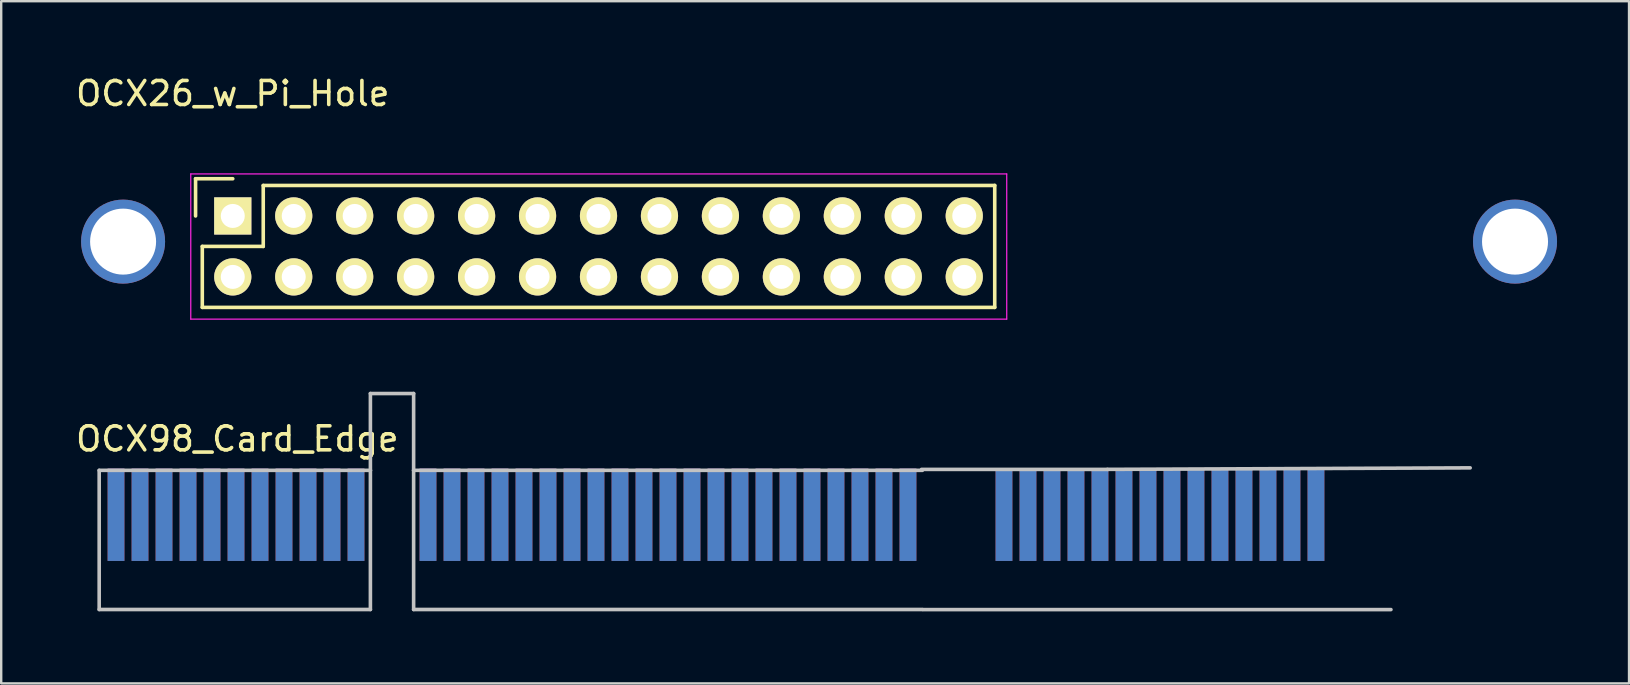
<source format=kicad_pcb>
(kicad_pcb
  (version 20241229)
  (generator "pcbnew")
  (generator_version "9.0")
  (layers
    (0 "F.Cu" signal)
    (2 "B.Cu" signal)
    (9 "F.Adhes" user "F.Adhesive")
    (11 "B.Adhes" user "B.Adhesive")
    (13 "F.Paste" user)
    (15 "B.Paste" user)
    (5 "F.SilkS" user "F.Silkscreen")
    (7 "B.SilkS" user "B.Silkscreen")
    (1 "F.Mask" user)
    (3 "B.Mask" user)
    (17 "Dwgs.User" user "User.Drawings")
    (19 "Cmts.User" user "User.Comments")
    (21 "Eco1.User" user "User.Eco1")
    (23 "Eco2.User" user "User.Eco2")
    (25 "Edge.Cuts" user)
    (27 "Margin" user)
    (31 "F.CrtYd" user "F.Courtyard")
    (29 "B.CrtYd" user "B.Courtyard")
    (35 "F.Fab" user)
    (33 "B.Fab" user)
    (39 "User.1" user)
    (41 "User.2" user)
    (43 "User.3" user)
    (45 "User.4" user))
  (footprint "OCX98_Card_Edge"
    (layer "F.Cu")
    (at 1.784 19.048)
    (property "Reference" "OCX98_Card_Edge" (at 5.055 -3.81 0) (layer "F.SilkS") (effects (font (size 1 1) (thickness 0.15))))
    (attr through_hole)
    (fp_line (start -0.701 -2.499) (end 10.6 -2.499) (stroke (width 0.15) (type solid)) (layer "Dwgs.User"))
    (fp_line (start -0.701 3.299) (end -0.701 -2.499) (stroke (width 0.15) (type solid)) (layer "Dwgs.User"))
    (fp_line (start 10.6 -5.7) (end 12.401 -5.7) (stroke (width 0.15) (type solid)) (layer "Dwgs.User"))
    (fp_line (start 10.6 -2.499) (end 10.6 -5.7) (stroke (width 0.15) (type solid)) (layer "Dwgs.User"))
    (fp_line (start 10.6 -2.499) (end 10.6 3.299) (stroke (width 0.15) (type solid)) (layer "Dwgs.User"))
    (fp_line (start 10.6 3.299) (end -0.701 3.299) (stroke (width 0.15) (type solid)) (layer "Dwgs.User"))
    (fp_line (start 12.401 -5.7) (end 12.401 -2.499) (stroke (width 0.15) (type solid)) (layer "Dwgs.User"))
    (fp_line (start 12.401 -2.499) (end 12.401 3.299) (stroke (width 0.15) (type solid)) (layer "Dwgs.User"))
    (fp_line (start 12.401 3.299) (end 33.6 3.299) (stroke (width 0.15) (type solid)) (layer "Dwgs.User"))
    (fp_line (start 33.566 -2.54) (end 41.313 -2.54) (stroke (width 0.15) (type solid)) (layer "Dwgs.User"))
    (fp_line (start 33.6 -2.499) (end 12.401 -2.499) (stroke (width 0.15) (type solid)) (layer "Dwgs.User"))
    (fp_line (start 33.63 3.302) (end 53.124 3.302) (stroke (width 0.15) (type solid)) (layer "Dwgs.User"))
    (fp_line (start 41.313 -2.54) (end 56.426 -2.603) (stroke (width 0.15) (type solid)) (layer "Dwgs.User"))
    (pad "A01" connect rect (at 0 0) (size 0.7 3.85) (drill (offset 0 -0.65)) (layers "B.Cu" "B.Mask"))
    (pad "A02" connect rect (at 1 0) (size 0.7 3.85) (drill (offset 0 -0.65)) (layers "B.Cu" "B.Mask"))
    (pad "A03" connect rect (at 2 0) (size 0.7 3.85) (drill (offset 0 -0.65)) (layers "B.Cu" "B.Mask"))
    (pad "A04" connect rect (at 3 0) (size 0.7 3.85) (drill (offset 0 -0.65)) (layers "B.Cu" "B.Mask"))
    (pad "A05" connect rect (at 4 0) (size 0.7 3.85) (drill (offset 0 -0.65)) (layers "B.Cu" "B.Mask"))
    (pad "A06" connect rect (at 5 0) (size 0.7 3.85) (drill (offset 0 -0.65)) (layers "B.Cu" "B.Mask"))
    (pad "A07" connect rect (at 6 0) (size 0.7 3.85) (drill (offset 0 -0.65)) (layers "B.Cu" "B.Mask"))
    (pad "A08" connect rect (at 7 0) (size 0.7 3.85) (drill (offset 0 -0.65)) (layers "B.Cu" "B.Mask"))
    (pad "A09" connect rect (at 8 0) (size 0.7 3.85) (drill (offset 0 -0.65)) (layers "B.Cu" "B.Mask"))
    (pad "A10" connect rect (at 9 0) (size 0.7 3.85) (drill (offset 0 -0.65)) (layers "B.Cu" "B.Mask"))
    (pad "A11" connect rect (at 10 0) (size 0.7 3.85) (drill (offset 0 -0.65)) (layers "B.Cu" "B.Mask"))
    (pad "A12" connect rect (at 13 0) (size 0.7 3.85) (drill (offset 0 -0.65)) (layers "B.Cu" "B.Mask"))
    (pad "A13" connect rect (at 14 0) (size 0.7 3.85) (drill (offset 0 -0.65)) (layers "B.Cu" "B.Mask"))
    (pad "A14" connect rect (at 15 0) (size 0.7 3.85) (drill (offset 0 -0.65)) (layers "B.Cu" "B.Mask"))
    (pad "A15" connect rect (at 16 0) (size 0.7 3.85) (drill (offset 0 -0.65)) (layers "B.Cu" "B.Mask"))
    (pad "A16" connect rect (at 17 0) (size 0.7 3.85) (drill (offset 0 -0.65)) (layers "B.Cu" "B.Mask"))
    (pad "A17" connect rect (at 18 0) (size 0.7 3.85) (drill (offset 0 -0.65)) (layers "B.Cu" "B.Mask"))
    (pad "A18" connect rect (at 19 0) (size 0.7 3.85) (drill (offset 0 -0.65)) (layers "B.Cu" "B.Mask"))
    (pad "A19" connect rect (at 20 0) (size 0.7 3.85) (drill (offset 0 -0.65)) (layers "B.Cu" "B.Mask"))
    (pad "A20" connect rect (at 21 0) (size 0.7 3.85) (drill (offset 0 -0.65)) (layers "B.Cu" "B.Mask"))
    (pad "A21" connect rect (at 22 0) (size 0.7 3.85) (drill (offset 0 -0.65)) (layers "B.Cu" "B.Mask"))
    (pad "A22" connect rect (at 23 0) (size 0.7 3.85) (drill (offset 0 -0.65)) (layers "B.Cu" "B.Mask"))
    (pad "A23" connect rect (at 24 0) (size 0.7 3.85) (drill (offset 0 -0.65)) (layers "B.Cu" "B.Mask"))
    (pad "A24" connect rect (at 25 0) (size 0.7 3.85) (drill (offset 0 -0.65)) (layers "B.Cu" "B.Mask"))
    (pad "A25" connect rect (at 26 0) (size 0.7 3.85) (drill (offset 0 -0.65)) (layers "B.Cu" "B.Mask"))
    (pad "A26" connect rect (at 27 0) (size 0.7 3.85) (drill (offset 0 -0.65)) (layers "B.Cu" "B.Mask"))
    (pad "A27" connect rect (at 28 0) (size 0.7 3.85) (drill (offset 0 -0.65)) (layers "B.Cu" "B.Mask"))
    (pad "A28" connect rect (at 29 0) (size 0.7 3.85) (drill (offset 0 -0.65)) (layers "B.Cu" "B.Mask"))
    (pad "A29" connect rect (at 30 0) (size 0.7 3.85) (drill (offset 0 -0.65)) (layers "B.Cu" "B.Mask"))
    (pad "A30" connect rect (at 31 0) (size 0.7 3.85) (drill (offset 0 -0.65)) (layers "B.Cu" "B.Mask"))
    (pad "A31" connect rect (at 32 0) (size 0.7 3.85) (drill (offset 0 -0.65)) (layers "B.Cu" "B.Mask"))
    (pad "A32" connect rect (at 33 0) (size 0.7 3.85) (drill (offset 0 -0.65)) (layers "B.Cu" "B.Mask"))
    (pad "A36" connect rect (at 37 0) (size 0.7 3.85) (drill (offset 0 -0.65)) (layers "B.Cu" "B.Mask"))
    (pad "A37" connect rect (at 38 0) (size 0.7 3.85) (drill (offset 0 -0.65)) (layers "B.Cu" "B.Mask"))
    (pad "A38" connect rect (at 39 0) (size 0.7 3.85) (drill (offset 0 -0.65)) (layers "B.Cu" "B.Mask"))
    (pad "A39" connect rect (at 40 0) (size 0.7 3.85) (drill (offset 0 -0.65)) (layers "B.Cu" "B.Mask"))
    (pad "A40" connect rect (at 41 0) (size 0.7 3.85) (drill (offset 0 -0.65)) (layers "B.Cu" "B.Mask"))
    (pad "A41" connect rect (at 42 0) (size 0.7 3.85) (drill (offset 0 -0.65)) (layers "B.Cu" "B.Mask"))
    (pad "A42" connect rect (at 43 0) (size 0.7 3.85) (drill (offset 0 -0.65)) (layers "B.Cu" "B.Mask"))
    (pad "A43" connect rect (at 44 0) (size 0.7 3.85) (drill (offset 0 -0.65)) (layers "B.Cu" "B.Mask"))
    (pad "A44" connect rect (at 45 0) (size 0.7 3.85) (drill (offset 0 -0.65)) (layers "B.Cu" "B.Mask"))
    (pad "A45" connect rect (at 46 0) (size 0.7 3.85) (drill (offset 0 -0.65)) (layers "B.Cu" "B.Mask"))
    (pad "A46" connect rect (at 47 0) (size 0.7 3.85) (drill (offset 0 -0.65)) (layers "B.Cu" "B.Mask"))
    (pad "A47" connect rect (at 48 0) (size 0.7 3.85) (drill (offset 0 -0.65)) (layers "B.Cu" "B.Mask"))
    (pad "A48" connect rect (at 49 0) (size 0.7 3.85) (drill (offset 0 -0.65)) (layers "B.Cu" "B.Mask"))
    (pad "A49" connect rect (at 50 0) (size 0.7 3.85) (drill (offset 0 -0.65)) (layers "B.Cu" "B.Mask"))
    (pad "B01" connect rect (at 0 0) (size 0.7 3.85) (drill (offset 0 -0.65)) (layers "F.Cu" "F.Mask"))
    (pad "B02" connect rect (at 1 0) (size 0.7 3.85) (drill (offset 0 -0.65)) (layers "F.Cu" "F.Mask"))
    (pad "B03" connect rect (at 2 0) (size 0.7 3.85) (drill (offset 0 -0.65)) (layers "F.Cu" "F.Mask"))
    (pad "B04" connect rect (at 3 0) (size 0.7 3.85) (drill (offset 0 -0.65)) (layers "F.Cu" "F.Mask"))
    (pad "B05" connect rect (at 4 0) (size 0.7 3.85) (drill (offset 0 -0.65)) (layers "F.Cu" "F.Mask"))
    (pad "B06" connect rect (at 5 0) (size 0.7 3.85) (drill (offset 0 -0.65)) (layers "F.Cu" "F.Mask"))
    (pad "B07" connect rect (at 6 0) (size 0.7 3.85) (drill (offset 0 -0.65)) (layers "F.Cu" "F.Mask"))
    (pad "B08" connect rect (at 7 0) (size 0.7 3.85) (drill (offset 0 -0.65)) (layers "F.Cu" "F.Mask"))
    (pad "B09" connect rect (at 8 0) (size 0.7 3.85) (drill (offset 0 -0.65)) (layers "F.Cu" "F.Mask"))
    (pad "B10" connect rect (at 9 0) (size 0.7 3.85) (drill (offset 0 -0.65)) (layers "F.Cu" "F.Mask"))
    (pad "B11" connect rect (at 10 0) (size 0.7 3.85) (drill (offset 0 -0.65)) (layers "F.Cu" "F.Mask"))
    (pad "B12" connect rect (at 13 0) (size 0.7 3.85) (drill (offset 0 -0.65)) (layers "F.Cu" "F.Mask"))
    (pad "B13" connect rect (at 14 0) (size 0.7 3.85) (drill (offset 0 -0.65)) (layers "F.Cu" "F.Mask"))
    (pad "B14" connect rect (at 15 0) (size 0.7 3.85) (drill (offset 0 -0.65)) (layers "F.Cu" "F.Mask"))
    (pad "B15" connect rect (at 16 0) (size 0.7 3.85) (drill (offset 0 -0.65)) (layers "F.Cu" "F.Mask"))
    (pad "B16" connect rect (at 17 0) (size 0.7 3.85) (drill (offset 0 -0.65)) (layers "F.Cu" "F.Mask"))
    (pad "B17" connect rect (at 18 0) (size 0.7 3.85) (drill (offset 0 -0.65)) (layers "F.Cu" "F.Mask"))
    (pad "B18" connect rect (at 19 0) (size 0.7 3.85) (drill (offset 0 -0.65)) (layers "F.Cu" "F.Mask"))
    (pad "B19" connect rect (at 20 0) (size 0.7 3.85) (drill (offset 0 -0.65)) (layers "F.Cu" "F.Mask"))
    (pad "B20" connect rect (at 21 0) (size 0.7 3.85) (drill (offset 0 -0.65)) (layers "F.Cu" "F.Mask"))
    (pad "B21" connect rect (at 22 0) (size 0.7 3.85) (drill (offset 0 -0.65)) (layers "F.Cu" "F.Mask"))
    (pad "B22" connect rect (at 23 0) (size 0.7 3.85) (drill (offset 0 -0.65)) (layers "F.Cu" "F.Mask"))
    (pad "B23" connect rect (at 24 0) (size 0.7 3.85) (drill (offset 0 -0.65)) (layers "F.Cu" "F.Mask"))
    (pad "B24" connect rect (at 25 0) (size 0.7 3.85) (drill (offset 0 -0.65)) (layers "F.Cu" "F.Mask"))
    (pad "B25" connect rect (at 26 0) (size 0.7 3.85) (drill (offset 0 -0.65)) (layers "F.Cu" "F.Mask"))
    (pad "B26" connect rect (at 27 0) (size 0.7 3.85) (drill (offset 0 -0.65)) (layers "F.Cu" "F.Mask"))
    (pad "B27" connect rect (at 28 0) (size 0.7 3.85) (drill (offset 0 -0.65)) (layers "F.Cu" "F.Mask"))
    (pad "B28" connect rect (at 29 0) (size 0.7 3.85) (drill (offset 0 -0.65)) (layers "F.Cu" "F.Mask"))
    (pad "B29" connect rect (at 30 0) (size 0.7 3.85) (drill (offset 0 -0.65)) (layers "F.Cu" "F.Mask"))
    (pad "B30" connect rect (at 31 0) (size 0.7 3.85) (drill (offset 0 -0.65)) (layers "F.Cu" "F.Mask"))
    (pad "B31" connect rect (at 32 0) (size 0.7 3.85) (drill (offset 0 -0.65)) (layers "F.Cu" "F.Mask"))
    (pad "B32" connect rect (at 33 0) (size 0.7 3.85) (drill (offset 0 -0.65)) (layers "F.Cu" "F.Mask"))
    (pad "B36" connect rect (at 37 0) (size 0.7 3.85) (drill (offset 0 -0.65)) (layers "F.Cu" "F.Mask"))
    (pad "B37" connect rect (at 38 0) (size 0.7 3.85) (drill (offset 0 -0.65)) (layers "F.Cu" "F.Mask"))
    (pad "B38" connect rect (at 39 0) (size 0.7 3.85) (drill (offset 0 -0.65)) (layers "F.Cu" "F.Mask"))
    (pad "B39" connect rect (at 40 0) (size 0.7 3.85) (drill (offset 0 -0.65)) (layers "F.Cu" "F.Mask"))
    (pad "B40" connect rect (at 41 0) (size 0.7 3.85) (drill (offset 0 -0.65)) (layers "F.Cu" "F.Mask"))
    (pad "B41" connect rect (at 42 0) (size 0.7 3.85) (drill (offset 0 -0.65)) (layers "F.Cu" "F.Mask"))
    (pad "B42" connect rect (at 43 0) (size 0.7 3.85) (drill (offset 0 -0.65)) (layers "F.Cu" "F.Mask"))
    (pad "B43" connect rect (at 44 0) (size 0.7 3.85) (drill (offset 0 -0.65)) (layers "F.Cu" "F.Mask"))
    (pad "B44" connect rect (at 45 0) (size 0.7 3.85) (drill (offset 0 -0.65)) (layers "F.Cu" "F.Mask"))
    (pad "B45" connect rect (at 46 0) (size 0.7 3.85) (drill (offset 0 -0.65)) (layers "F.Cu" "F.Mask"))
    (pad "B46" connect rect (at 47 0) (size 0.7 3.85) (drill (offset 0 -0.65)) (layers "F.Cu" "F.Mask"))
    (pad "B47" connect rect (at 48 0) (size 0.7 3.85) (drill (offset 0 -0.65)) (layers "F.Cu" "F.Mask"))
    (pad "B48" connect rect (at 49 0) (size 0.7 3.85) (drill (offset 0 -0.65)) (layers "F.Cu" "F.Mask"))
    (pad "B49" connect rect (at 50 0) (size 0.7 3.85) (drill (offset 0 -0.65)) (layers "F.Cu" "F.Mask")))
  (footprint "OCX26_w_Pi_Hole"
    (layer "F.Cu")
    (at 6.649 5.948)
    (property "Reference" "OCX26_w_Pi_Hole" (at 0 -5.1 0) (layer "F.SilkS") (effects (font (size 1 1) (thickness 0.15))))
    (attr through_hole)
    (fp_line (start -1.55 -1.55) (end -1.55 0) (stroke (width 0.15) (type solid)) (layer "F.SilkS"))
    (fp_line (start -1.27 1.27) (end 1.27 1.27) (stroke (width 0.15) (type solid)) (layer "F.SilkS"))
    (fp_line (start -1.27 3.81) (end -1.27 1.27) (stroke (width 0.15) (type solid)) (layer "F.SilkS"))
    (fp_line (start -1.27 3.81) (end 31.75 3.81) (stroke (width 0.15) (type solid)) (layer "F.SilkS"))
    (fp_line (start 0 -1.55) (end -1.55 -1.55) (stroke (width 0.15) (type solid)) (layer "F.SilkS"))
    (fp_line (start 1.27 -1.27) (end 31.75 -1.27) (stroke (width 0.15) (type solid)) (layer "F.SilkS"))
    (fp_line (start 1.27 1.27) (end 1.27 -1.27) (stroke (width 0.15) (type solid)) (layer "F.SilkS"))
    (fp_line (start 31.75 3.81) (end 31.75 -1.27) (stroke (width 0.15) (type solid)) (layer "F.SilkS"))
    (fp_line (start -1.75 -1.75) (end -1.75 4.3) (stroke (width 0.05) (type solid)) (layer "F.CrtYd"))
    (fp_line (start -1.75 -1.75) (end 32.25 -1.75) (stroke (width 0.05) (type solid)) (layer "F.CrtYd"))
    (fp_line (start -1.75 4.3) (end 32.25 4.3) (stroke (width 0.05) (type solid)) (layer "F.CrtYd"))
    (fp_line (start 32.25 -1.75) (end 32.25 4.3) (stroke (width 0.05) (type solid)) (layer "F.CrtYd"))
    (pad "" np_thru_hole circle (at -4.57 1.07) (size 3.5 3.5) (drill 2.75) (layers "*.Cu" "*.Mask"))
    (pad "" np_thru_hole circle (at 53.43 1.07) (size 3.5 3.5) (drill 2.75) (layers "*.Cu" "*.Mask"))
    (pad "1" thru_hole rect (at 0 0) (size 1.55 1.55) (drill 1) (layers "*.Cu" "*.Mask" "F.SilkS"))
    (pad "2" thru_hole oval (at 0 2.54) (size 1.55 1.55) (drill 1) (layers "*.Cu" "*.Mask" "F.SilkS"))
    (pad "3" thru_hole oval (at 2.54 0) (size 1.55 1.55) (drill 1) (layers "*.Cu" "*.Mask" "F.SilkS"))
    (pad "4" thru_hole oval (at 2.54 2.54) (size 1.55 1.55) (drill 1) (layers "*.Cu" "*.Mask" "F.SilkS"))
    (pad "5" thru_hole oval (at 5.08 0) (size 1.55 1.55) (drill 1) (layers "*.Cu" "*.Mask" "F.SilkS"))
    (pad "6" thru_hole oval (at 5.08 2.54) (size 1.55 1.55) (drill 1) (layers "*.Cu" "*.Mask" "F.SilkS"))
    (pad "7" thru_hole oval (at 7.62 0) (size 1.55 1.55) (drill 1) (layers "*.Cu" "*.Mask" "F.SilkS"))
    (pad "8" thru_hole oval (at 7.62 2.54) (size 1.55 1.55) (drill 1) (layers "*.Cu" "*.Mask" "F.SilkS"))
    (pad "9" thru_hole oval (at 10.16 0) (size 1.55 1.55) (drill 1) (layers "*.Cu" "*.Mask" "F.SilkS"))
    (pad "10" thru_hole oval (at 10.16 2.54) (size 1.55 1.55) (drill 1) (layers "*.Cu" "*.Mask" "F.SilkS"))
    (pad "11" thru_hole oval (at 12.7 0) (size 1.55 1.55) (drill 1) (layers "*.Cu" "*.Mask" "F.SilkS"))
    (pad "12" thru_hole oval (at 12.7 2.54) (size 1.55 1.55) (drill 1) (layers "*.Cu" "*.Mask" "F.SilkS"))
    (pad "13" thru_hole oval (at 15.24 0) (size 1.55 1.55) (drill 1) (layers "*.Cu" "*.Mask" "F.SilkS"))
    (pad "14" thru_hole oval (at 15.24 2.54) (size 1.55 1.55) (drill 1) (layers "*.Cu" "*.Mask" "F.SilkS"))
    (pad "15" thru_hole oval (at 17.78 0) (size 1.55 1.55) (drill 1) (layers "*.Cu" "*.Mask" "F.SilkS"))
    (pad "16" thru_hole oval (at 17.78 2.54) (size 1.55 1.55) (drill 1) (layers "*.Cu" "*.Mask" "F.SilkS"))
    (pad "17" thru_hole oval (at 20.32 0) (size 1.55 1.55) (drill 1) (layers "*.Cu" "*.Mask" "F.SilkS"))
    (pad "18" thru_hole oval (at 20.32 2.54) (size 1.55 1.55) (drill 1) (layers "*.Cu" "*.Mask" "F.SilkS"))
    (pad "19" thru_hole oval (at 22.86 0) (size 1.55 1.55) (drill 1) (layers "*.Cu" "*.Mask" "F.SilkS"))
    (pad "20" thru_hole oval (at 22.86 2.54) (size 1.55 1.55) (drill 1) (layers "*.Cu" "*.Mask" "F.SilkS"))
    (pad "21" thru_hole oval (at 25.4 0) (size 1.55 1.55) (drill 1) (layers "*.Cu" "*.Mask" "F.SilkS"))
    (pad "22" thru_hole oval (at 25.4 2.54) (size 1.55 1.55) (drill 1) (layers "*.Cu" "*.Mask" "F.SilkS"))
    (pad "23" thru_hole oval (at 27.94 0) (size 1.55 1.55) (drill 1) (layers "*.Cu" "*.Mask" "F.SilkS"))
    (pad "24" thru_hole oval (at 27.94 2.54) (size 1.55 1.55) (drill 1) (layers "*.Cu" "*.Mask" "F.SilkS"))
    (pad "25" thru_hole oval (at 30.48 0) (size 1.55 1.55) (drill 1) (layers "*.Cu" "*.Mask" "F.SilkS"))
    (pad "26" thru_hole oval (at 30.48 2.54) (size 1.55 1.55) (drill 1) (layers "*.Cu" "*.Mask" "F.SilkS")))
  (gr_rect
    (start -3 -3)
    (end 64.829 25.425)
    (stroke (width 0.1) (type default))
    (fill no)
    (layer "Edge.Cuts")))
</source>
